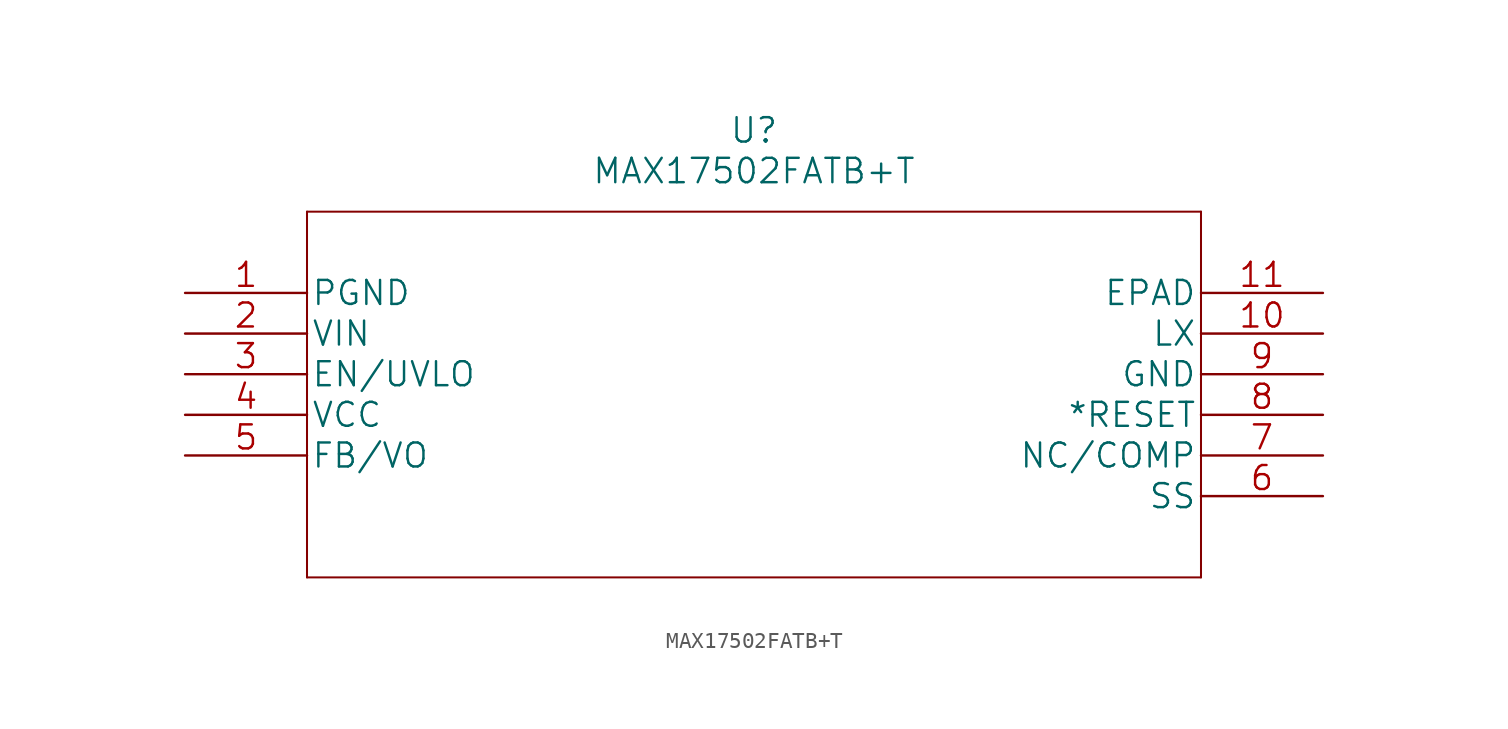
<source format=kicad_sym>
(kicad_symbol_lib
  (version 20231120)
  (generator "kicad_symbol_editor")
  (generator_version "8.0")
  (symbol "MAX17502FATB+T"
    (pin_names
      (offset 0.254))
    (property "Reference" "U"
      (at 35.56 10.16 0)
      (effects (font (size 1.524 1.524))))
    (property "Value" "MAX17502FATB+T"
      (at 35.56 7.62 0)
      (effects (font (size 1.524 1.524))))
    (property "Datasheet" ""
      (at 0 0 0)
      (effects (font (size 1.524 1.524))))
    (symbol "MAX17502FATB+T_1_1"
      (polyline (pts (xy 7.62 -17.78) (xy 63.5 -17.78)) (stroke (width 0.127) (type solid)) (fill (type none)))
      (polyline (pts (xy 7.62 5.08) (xy 7.62 -17.78)) (stroke (width 0.127) (type solid)) (fill (type none)))
      (polyline (pts (xy 63.5 -17.78) (xy 63.5 5.08)) (stroke (width 0.127) (type solid)) (fill (type none)))
      (polyline (pts (xy 63.5 5.08) (xy 7.62 5.08)) (stroke (width 0.127) (type solid)) (fill (type none)))
      (pin power_in line (at 0 0 0) (length 7.62) (name "PGND" (effects (font (size 1.499 1.499)))) (number "1" (effects (font (size 1.499 1.499)))))
      (pin unspecified line (at 71.12 -2.54 180) (length 7.62) (name "LX" (effects (font (size 1.499 1.499)))) (number "10" (effects (font (size 1.499 1.499)))))
      (pin unspecified line (at 71.12 0 180) (length 7.62) (name "EPAD" (effects (font (size 1.499 1.499)))) (number "11" (effects (font (size 1.499 1.499)))))
      (pin input line (at 0 -2.54 0) (length 7.62) (name "VIN" (effects (font (size 1.499 1.499)))) (number "2" (effects (font (size 1.499 1.499)))))
      (pin bidirectional line (at 0 -5.08 0) (length 7.62) (name "EN/UVLO" (effects (font (size 1.499 1.499)))) (number "3" (effects (font (size 1.499 1.499)))))
      (pin power_in line (at 0 -7.62 0) (length 7.62) (name "VCC" (effects (font (size 1.499 1.499)))) (number "4" (effects (font (size 1.499 1.499)))))
      (pin bidirectional line (at 0 -10.16 0) (length 7.62) (name "FB/VO" (effects (font (size 1.499 1.499)))) (number "5" (effects (font (size 1.499 1.499)))))
      (pin input line (at 71.12 -12.7 180) (length 7.62) (name "SS" (effects (font (size 1.499 1.499)))) (number "6" (effects (font (size 1.499 1.499)))))
      (pin bidirectional line (at 71.12 -10.16 180) (length 7.62) (name "NC/COMP" (effects (font (size 1.499 1.499)))) (number "7" (effects (font (size 1.499 1.499)))))
      (pin output line (at 71.12 -7.62 180) (length 7.62) (name "*RESET" (effects (font (size 1.499 1.499)))) (number "8" (effects (font (size 1.499 1.499)))))
      (pin power_in line (at 71.12 -5.08 180) (length 7.62) (name "GND" (effects (font (size 1.499 1.499)))) (number "9" (effects (font (size 1.499 1.499))))))))
</source>
